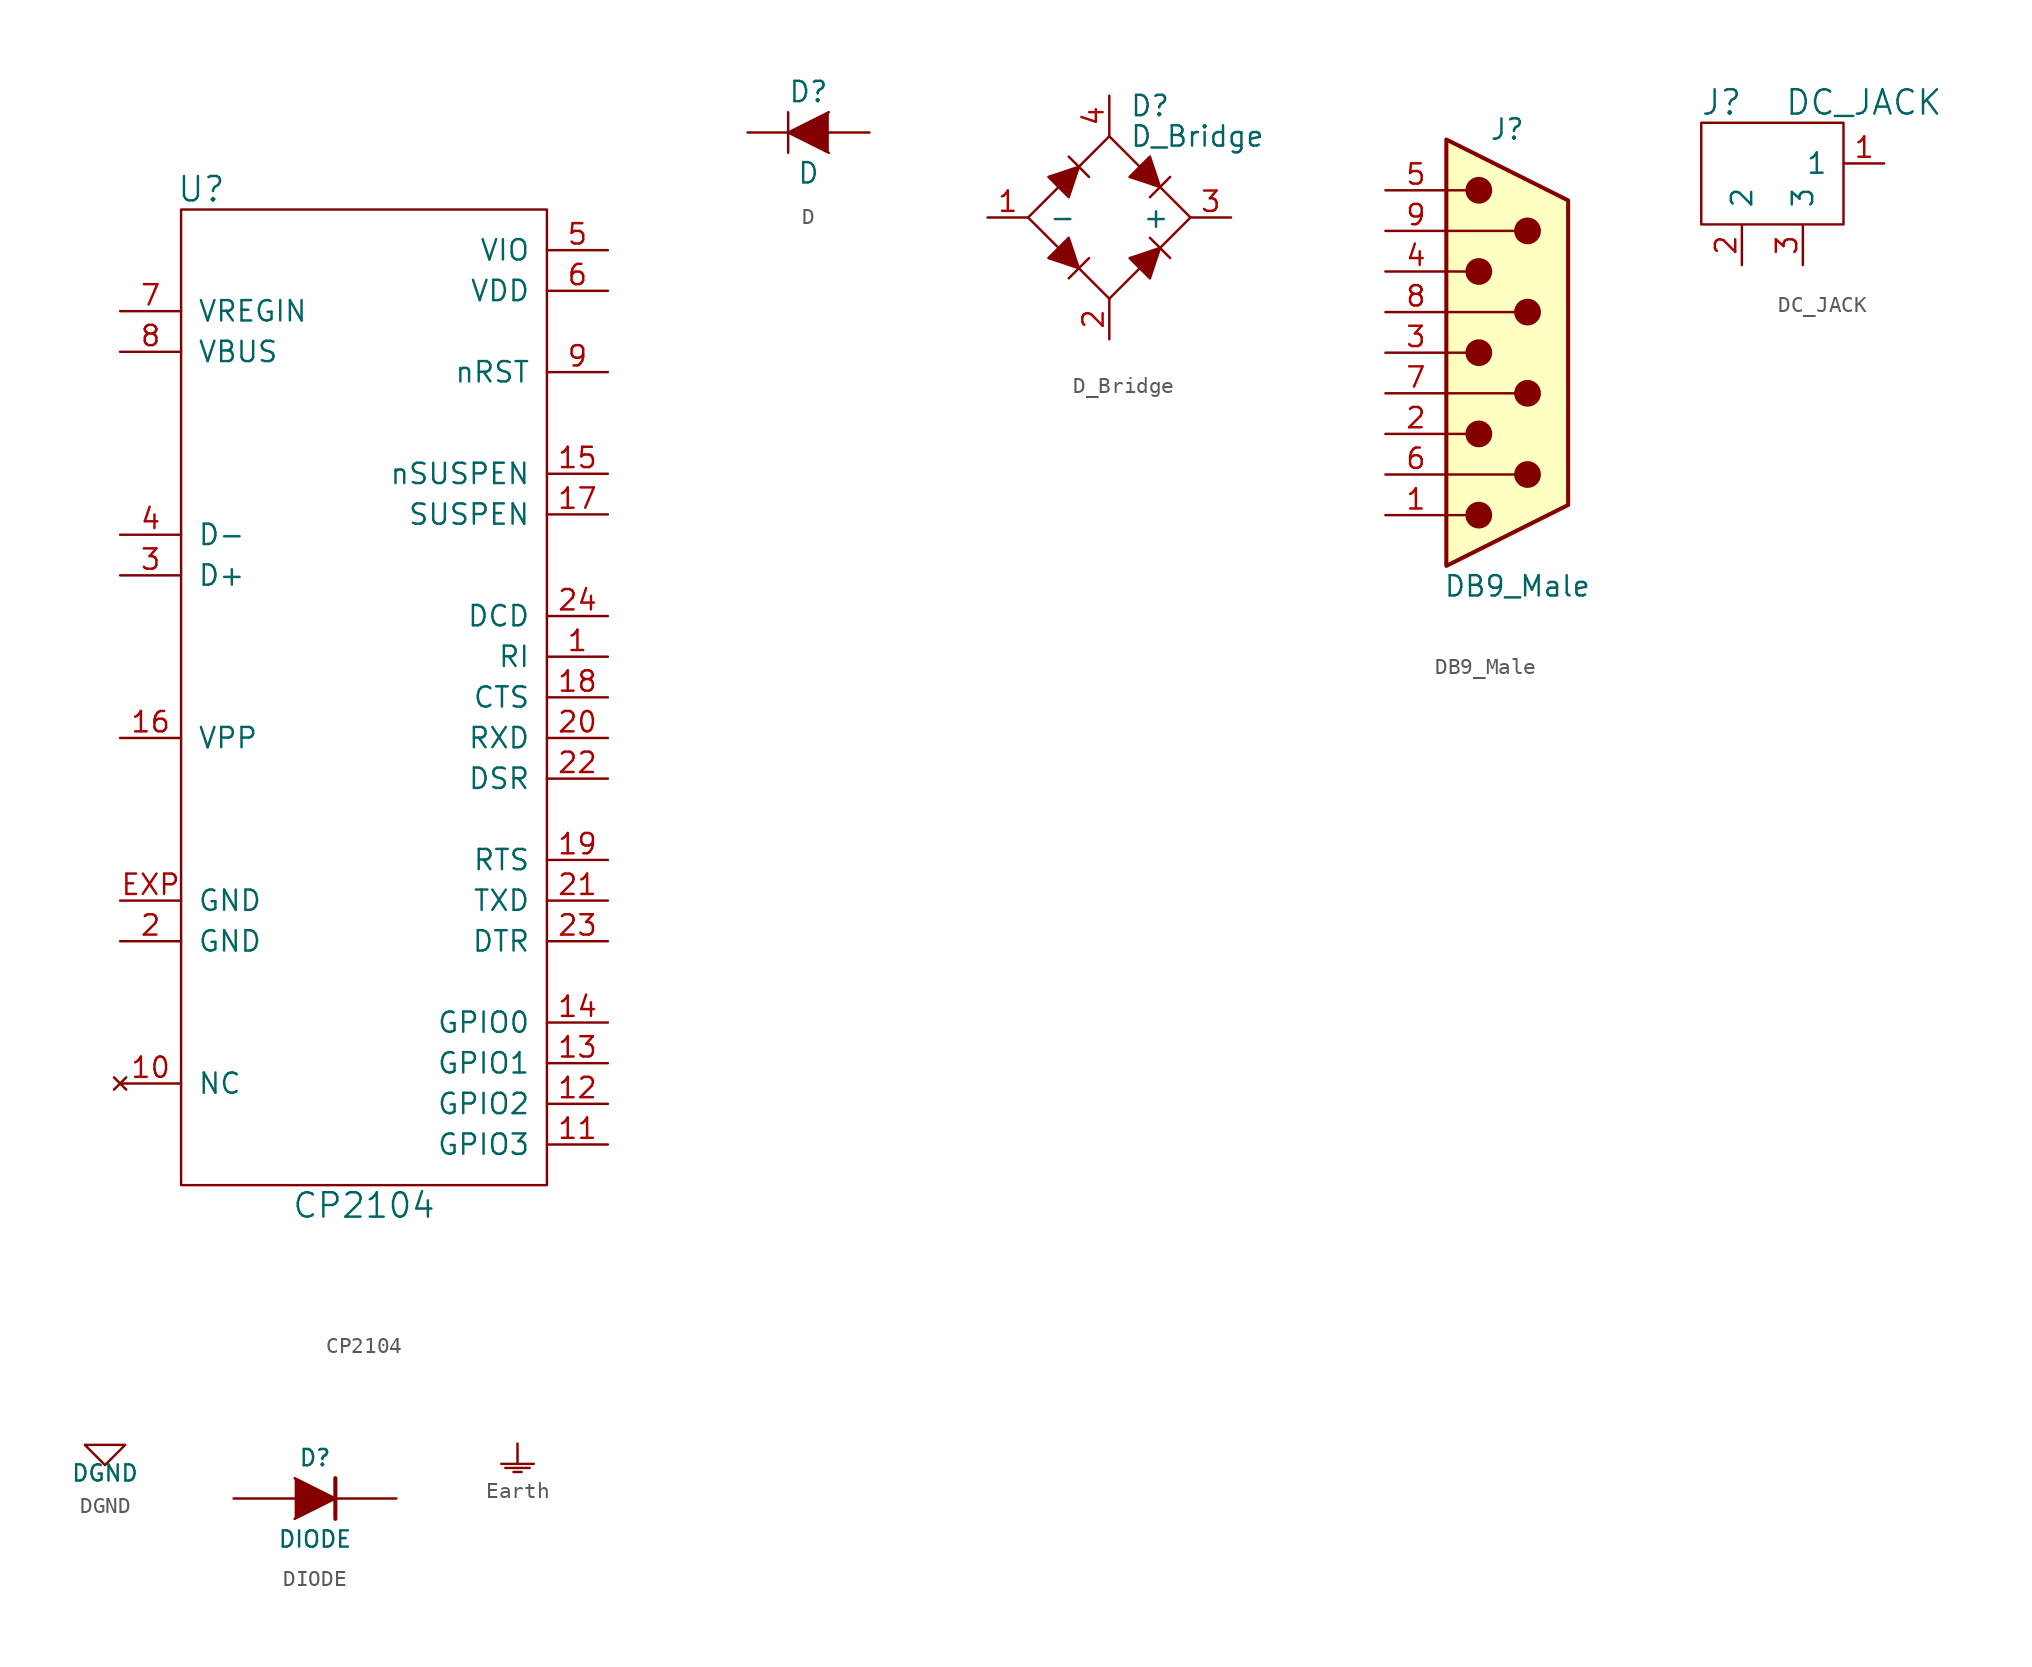
<source format=kicad_sym>
(kicad_symbol_lib
  (version 20211014)
  (generator kicad_symbol_editor)
  (symbol "CP2104"
    (pin_names
      (offset 1.016))
    (property "Reference" "U"
      (at -10.16 31.75 0)
      (effects (font (size 1.524 1.524))))
    (property "Value" "CP2104"
      (at 0 -31.75 0)
      (effects (font (size 1.524 1.524))))
    (property "Footprint" ""
      (at 0 0 0)
      (effects (font (size 1.524 1.524))))
    (property "Datasheet" ""
      (at 0 0 0)
      (effects (font (size 1.524 1.524))))
    (symbol "CP2104_0_1"
      (rectangle (start -11.43 30.48) (end 11.43 -30.48) (stroke (width 0) (type default) (color 0 0 0 0)) (fill (type none))))
    (symbol "CP2104_1_1"
      (pin passive line (at 15.24 2.54 180) (length 3.81) (name "RI" (effects (font (size 1.27 1.27)))) (number "1" (effects (font (size 1.27 1.27)))))
      (pin no_connect line (at -15.24 -24.13 0) (length 3.81) (name "NC" (effects (font (size 1.27 1.27)))) (number "10" (effects (font (size 1.27 1.27)))))
      (pin passive line (at 15.24 -27.94 180) (length 3.81) (name "GPIO3" (effects (font (size 1.27 1.27)))) (number "11" (effects (font (size 1.27 1.27)))))
      (pin passive line (at 15.24 -25.4 180) (length 3.81) (name "GPIO2" (effects (font (size 1.27 1.27)))) (number "12" (effects (font (size 1.27 1.27)))))
      (pin passive line (at 15.24 -22.86 180) (length 3.81) (name "GPIO1" (effects (font (size 1.27 1.27)))) (number "13" (effects (font (size 1.27 1.27)))))
      (pin passive line (at 15.24 -20.32 180) (length 3.81) (name "GPIO0" (effects (font (size 1.27 1.27)))) (number "14" (effects (font (size 1.27 1.27)))))
      (pin passive line (at 15.24 13.97 180) (length 3.81) (name "nSUSPEN" (effects (font (size 1.27 1.27)))) (number "15" (effects (font (size 1.27 1.27)))))
      (pin passive line (at -15.24 -2.54 0) (length 3.81) (name "VPP" (effects (font (size 1.27 1.27)))) (number "16" (effects (font (size 1.27 1.27)))))
      (pin passive line (at 15.24 11.43 180) (length 3.81) (name "SUSPEN" (effects (font (size 1.27 1.27)))) (number "17" (effects (font (size 1.27 1.27)))))
      (pin passive line (at 15.24 0 180) (length 3.81) (name "CTS" (effects (font (size 1.27 1.27)))) (number "18" (effects (font (size 1.27 1.27)))))
      (pin passive line (at 15.24 -10.16 180) (length 3.81) (name "RTS" (effects (font (size 1.27 1.27)))) (number "19" (effects (font (size 1.27 1.27)))))
      (pin passive line (at -15.24 -15.24 0) (length 3.81) (name "GND" (effects (font (size 1.27 1.27)))) (number "2" (effects (font (size 1.27 1.27)))))
      (pin passive line (at 15.24 -2.54 180) (length 3.81) (name "RXD" (effects (font (size 1.27 1.27)))) (number "20" (effects (font (size 1.27 1.27)))))
      (pin passive line (at 15.24 -12.7 180) (length 3.81) (name "TXD" (effects (font (size 1.27 1.27)))) (number "21" (effects (font (size 1.27 1.27)))))
      (pin passive line (at 15.24 -5.08 180) (length 3.81) (name "DSR" (effects (font (size 1.27 1.27)))) (number "22" (effects (font (size 1.27 1.27)))))
      (pin passive line (at 15.24 -15.24 180) (length 3.81) (name "DTR" (effects (font (size 1.27 1.27)))) (number "23" (effects (font (size 1.27 1.27)))))
      (pin passive line (at 15.24 5.08 180) (length 3.81) (name "DCD" (effects (font (size 1.27 1.27)))) (number "24" (effects (font (size 1.27 1.27)))))
      (pin passive line (at -15.24 7.62 0) (length 3.81) (name "D+" (effects (font (size 1.27 1.27)))) (number "3" (effects (font (size 1.27 1.27)))))
      (pin passive line (at -15.24 10.16 0) (length 3.81) (name "D-" (effects (font (size 1.27 1.27)))) (number "4" (effects (font (size 1.27 1.27)))))
      (pin passive line (at 15.24 27.94 180) (length 3.81) (name "VIO" (effects (font (size 1.27 1.27)))) (number "5" (effects (font (size 1.27 1.27)))))
      (pin passive line (at 15.24 25.4 180) (length 3.81) (name "VDD" (effects (font (size 1.27 1.27)))) (number "6" (effects (font (size 1.27 1.27)))))
      (pin passive line (at -15.24 24.13 0) (length 3.81) (name "VREGIN" (effects (font (size 1.27 1.27)))) (number "7" (effects (font (size 1.27 1.27)))))
      (pin passive line (at -15.24 21.59 0) (length 3.81) (name "VBUS" (effects (font (size 1.27 1.27)))) (number "8" (effects (font (size 1.27 1.27)))))
      (pin passive line (at 15.24 20.32 180) (length 3.81) (name "nRST" (effects (font (size 1.27 1.27)))) (number "9" (effects (font (size 1.27 1.27)))))
      (pin passive line (at -15.24 -12.7 0) (length 3.81) (name "GND" (effects (font (size 1.27 1.27)))) (number "EXP" (effects (font (size 1.27 1.27)))))))
  (symbol "D"
    (pin_numbers hide)
    (pin_names
      (offset 1.016) hide)
    (property "Reference" "D"
      (at 0 2.54 0)
      (effects (font (size 1.27 1.27))))
    (property "Value" "D"
      (at 0 -2.54 0)
      (effects (font (size 1.27 1.27))))
    (property "Footprint" ""
      (at 0 0 0)
      (effects (font (size 1.27 1.27))))
    (property "Datasheet" ""
      (at 0 0 0)
      (effects (font (size 1.27 1.27))))
    (symbol "D_0_1"
      (polyline (pts (xy -1.27 1.27) (xy -1.27 -1.27)) (stroke (width 0.152) (type default) (color 0 0 0 0)) (fill (type none)))
      (polyline (pts (xy 1.27 1.27) (xy -1.27 0) (xy 1.27 -1.27)) (stroke (width 0) (type default) (color 0 0 0 0)) (fill (type outline))))
    (symbol "D_1_1"
      (pin passive line (at 3.81 0 180) (length 2.54) (name "A" (effects (font (size 1.27 1.27)))) (number "1" (effects (font (size 1.27 1.27)))))
      (pin passive line (at -3.81 0 0) (length 2.54) (name "K" (effects (font (size 1.27 1.27)))) (number "2" (effects (font (size 1.27 1.27)))))))
  (symbol "D_Bridge"
    (pin_names
      (offset 1.27))
    (property "Reference" "D"
      (at 1.27 6.985 0)
      (effects (font (size 1.27 1.27)) (justify left)))
    (property "Value" "D_Bridge"
      (at 1.27 5.08 0)
      (effects (font (size 1.27 1.27)) (justify left)))
    (symbol "D_Bridge_0_1"
      (polyline (pts (xy -2.54 3.81) (xy -1.27 2.54)) (stroke (width 0) (type default) (color 0 0 0 0)) (fill (type none)))
      (polyline (pts (xy -1.27 -2.54) (xy -2.54 -3.81)) (stroke (width 0) (type default) (color 0 0 0 0)) (fill (type none)))
      (polyline (pts (xy 2.54 -1.27) (xy 3.81 -2.54)) (stroke (width 0) (type default) (color 0 0 0 0)) (fill (type none)))
      (polyline (pts (xy 2.54 1.27) (xy 3.81 2.54)) (stroke (width 0) (type default) (color 0 0 0 0)) (fill (type none)))
      (polyline (pts (xy -3.81 2.54) (xy -2.54 1.27) (xy -1.905 3.175) (xy -3.81 2.54)) (stroke (width 0) (type default) (color 0 0 0 0)) (fill (type outline)))
      (polyline (pts (xy -2.54 -1.27) (xy -3.81 -2.54) (xy -1.905 -3.175) (xy -2.54 -1.27)) (stroke (width 0) (type default) (color 0 0 0 0)) (fill (type outline)))
      (polyline (pts (xy 1.27 2.54) (xy 2.54 3.81) (xy 3.175 1.905) (xy 1.27 2.54)) (stroke (width 0) (type default) (color 0 0 0 0)) (fill (type outline)))
      (polyline (pts (xy 3.175 -1.905) (xy 1.27 -2.54) (xy 2.54 -3.81) (xy 3.175 -1.905)) (stroke (width 0) (type default) (color 0 0 0 0)) (fill (type outline)))
      (polyline (pts (xy -5.08 0) (xy 0 -5.08) (xy 5.08 0) (xy 0 5.08) (xy -5.08 0)) (stroke (width 0) (type default) (color 0 0 0 0)) (fill (type none))))
    (symbol "D_Bridge_1_1"
      (pin input line (at -7.62 0 0) (length 2.54) (name "-" (effects (font (size 1.27 1.27)))) (number "1" (effects (font (size 1.27 1.27)))))
      (pin input line (at 0 -7.62 90) (length 2.54) (name "~" (effects (font (size 1.27 1.27)))) (number "2" (effects (font (size 1.27 1.27)))))
      (pin input line (at 7.62 0 180) (length 2.54) (name "+" (effects (font (size 1.27 1.27)))) (number "3" (effects (font (size 1.27 1.27)))))
      (pin input line (at 0 7.62 270) (length 2.54) (name "~" (effects (font (size 1.27 1.27)))) (number "4" (effects (font (size 1.27 1.27)))))))
  (symbol "DB9_Male"
    (pin_names
      (offset 1.016) hide)
    (property "Reference" "J"
      (at 0 13.97 0)
      (effects (font (size 1.27 1.27))))
    (property "Value" "DB9_Male"
      (at 0.635 -14.605 0)
      (effects (font (size 1.27 1.27))))
    (symbol "DB9_Male_0_1"
      (circle (center -1.778 -10.16) (radius 0.762) (stroke (width 0) (type default) (color 0 0 0 0)) (fill (type outline)))
      (circle (center -1.778 -5.08) (radius 0.762) (stroke (width 0) (type default) (color 0 0 0 0)) (fill (type outline)))
      (circle (center -1.778 0) (radius 0.762) (stroke (width 0) (type default) (color 0 0 0 0)) (fill (type outline)))
      (circle (center -1.778 5.08) (radius 0.762) (stroke (width 0) (type default) (color 0 0 0 0)) (fill (type outline)))
      (circle (center -1.778 10.16) (radius 0.762) (stroke (width 0) (type default) (color 0 0 0 0)) (fill (type outline)))
      (polyline (pts (xy -3.81 -10.16) (xy -2.54 -10.16)) (stroke (width 0) (type default) (color 0 0 0 0)) (fill (type none)))
      (polyline (pts (xy -3.81 -7.62) (xy 0.508 -7.62)) (stroke (width 0) (type default) (color 0 0 0 0)) (fill (type none)))
      (polyline (pts (xy -3.81 -5.08) (xy -2.54 -5.08)) (stroke (width 0) (type default) (color 0 0 0 0)) (fill (type none)))
      (polyline (pts (xy -3.81 -2.54) (xy 0.508 -2.54)) (stroke (width 0) (type default) (color 0 0 0 0)) (fill (type none)))
      (polyline (pts (xy -3.81 0) (xy -2.54 0)) (stroke (width 0) (type default) (color 0 0 0 0)) (fill (type none)))
      (polyline (pts (xy -3.81 2.54) (xy 0.508 2.54)) (stroke (width 0) (type default) (color 0 0 0 0)) (fill (type none)))
      (polyline (pts (xy -3.81 5.08) (xy -2.54 5.08)) (stroke (width 0) (type default) (color 0 0 0 0)) (fill (type none)))
      (polyline (pts (xy -3.81 7.62) (xy 0.508 7.62)) (stroke (width 0) (type default) (color 0 0 0 0)) (fill (type none)))
      (polyline (pts (xy -3.81 10.16) (xy -2.54 10.16)) (stroke (width 0) (type default) (color 0 0 0 0)) (fill (type none)))
      (polyline (pts (xy -3.81 -13.335) (xy -3.81 13.335) (xy 3.81 9.525) (xy 3.81 -9.525) (xy -3.81 -13.335)) (stroke (width 0.254) (type default) (color 0 0 0 0)) (fill (type background)))
      (circle (center 1.27 -7.62) (radius 0.762) (stroke (width 0) (type default) (color 0 0 0 0)) (fill (type outline)))
      (circle (center 1.27 -2.54) (radius 0.762) (stroke (width 0) (type default) (color 0 0 0 0)) (fill (type outline)))
      (circle (center 1.27 2.54) (radius 0.762) (stroke (width 0) (type default) (color 0 0 0 0)) (fill (type outline)))
      (circle (center 1.27 7.62) (radius 0.762) (stroke (width 0) (type default) (color 0 0 0 0)) (fill (type outline))))
    (symbol "DB9_Male_1_1"
      (pin passive line (at -7.62 -10.16 0) (length 3.81) (name "1" (effects (font (size 1.27 1.27)))) (number "1" (effects (font (size 1.27 1.27)))))
      (pin passive line (at -7.62 -5.08 0) (length 3.81) (name "2" (effects (font (size 1.27 1.27)))) (number "2" (effects (font (size 1.27 1.27)))))
      (pin passive line (at -7.62 0 0) (length 3.81) (name "3" (effects (font (size 1.27 1.27)))) (number "3" (effects (font (size 1.27 1.27)))))
      (pin passive line (at -7.62 5.08 0) (length 3.81) (name "4" (effects (font (size 1.27 1.27)))) (number "4" (effects (font (size 1.27 1.27)))))
      (pin passive line (at -7.62 10.16 0) (length 3.81) (name "5" (effects (font (size 1.27 1.27)))) (number "5" (effects (font (size 1.27 1.27)))))
      (pin passive line (at -7.62 -7.62 0) (length 3.81) (name "6" (effects (font (size 1.27 1.27)))) (number "6" (effects (font (size 1.27 1.27)))))
      (pin passive line (at -7.62 -2.54 0) (length 3.81) (name "7" (effects (font (size 1.27 1.27)))) (number "7" (effects (font (size 1.27 1.27)))))
      (pin passive line (at -7.62 2.54 0) (length 3.81) (name "8" (effects (font (size 1.27 1.27)))) (number "8" (effects (font (size 1.27 1.27)))))
      (pin passive line (at -7.62 7.62 0) (length 3.81) (name "9" (effects (font (size 1.27 1.27)))) (number "9" (effects (font (size 1.27 1.27)))))))
  (symbol "DC_JACK"
    (pin_names
      (offset 1.016))
    (property "Reference" "J"
      (at -2.54 5.08 0)
      (effects (font (size 1.524 1.524))))
    (property "Value" "DC_JACK"
      (at 6.35 5.08 0)
      (effects (font (size 1.524 1.524))))
    (property "Footprint" ""
      (at 0 0 0)
      (effects (font (size 1.524 1.524))))
    (property "Datasheet" ""
      (at 0 0 0)
      (effects (font (size 1.524 1.524))))
    (symbol "DC_JACK_0_1"
      (rectangle (start -3.81 3.81) (end 5.08 -2.54) (stroke (width 0) (type default) (color 0 0 0 0)) (fill (type none))))
    (symbol "DC_JACK_1_1"
      (pin power_in line (at 7.62 1.27 180) (length 2.489) (name "1" (effects (font (size 1.27 1.27)))) (number "1" (effects (font (size 1.27 1.27)))))
      (pin power_out line (at -1.27 -5.08 90) (length 2.489) (name "2" (effects (font (size 1.27 1.27)))) (number "2" (effects (font (size 1.27 1.27)))))
      (pin power_out line (at 2.54 -5.08 90) (length 2.489) (name "3" (effects (font (size 1.27 1.27)))) (number "3" (effects (font (size 1.27 1.27)))))))
  (symbol "DGND"
    (power)
    (pin_names
      (offset 1.016))
    (property "Reference" "#PWR"
      (at 0 0 0)
      (effects (font (size 1.016 1.016)) hide))
    (property "Value" "DGND"
      (at 0 -1.778 0)
      (effects (font (size 1.016 1.016))))
    (property "Footprint" ""
      (at 0 0 0)
      (effects (font (size 1.524 1.524))))
    (property "Datasheet" ""
      (at 0 0 0)
      (effects (font (size 1.524 1.524))))
    (symbol "DGND_0_1"
      (polyline (pts (xy -1.27 0) (xy 0 -1.27) (xy 1.27 0) (xy -1.27 0)) (stroke (width 0) (type default) (color 0 0 0 0)) (fill (type none))))
    (symbol "DGND_1_1"
      (pin power_in line (at 0 0 90) (length 0) hide (name "DGND" (effects (font (size 1.016 1.016)))) (number "1" (effects (font (size 1.016 1.016)))))))
  (symbol "DIODE"
    (pin_numbers hide)
    (pin_names
      (offset 1.016) hide)
    (property "Reference" "D"
      (at 0 2.54 0)
      (effects (font (size 1.016 1.016))))
    (property "Value" "DIODE"
      (at 0 -2.54 0)
      (effects (font (size 1.016 1.016))))
    (property "Footprint" ""
      (at 0 0 0)
      (effects (font (size 1.524 1.524))))
    (property "Datasheet" ""
      (at 0 0 0)
      (effects (font (size 1.524 1.524))))
    (symbol "DIODE_0_1"
      (polyline (pts (xy 1.27 1.27) (xy 1.27 -1.27)) (stroke (width 0.254) (type default) (color 0 0 0 0)) (fill (type none)))
      (polyline (pts (xy -1.27 1.27) (xy 1.27 0) (xy -1.27 -1.27)) (stroke (width 0) (type default) (color 0 0 0 0)) (fill (type outline))))
    (symbol "DIODE_1_1"
      (pin passive line (at -5.08 0 0) (length 3.81) (name "A" (effects (font (size 1.016 1.016)))) (number "1" (effects (font (size 1.016 1.016)))))
      (pin passive line (at 5.08 0 180) (length 3.81) (name "K" (effects (font (size 1.016 1.016)))) (number "2" (effects (font (size 1.016 1.016)))))))
  (symbol "Earth"
    (power)
    (pin_names
      (offset 0))
    (property "Reference" "#PWR"
      (at 0 0 0)
      (effects (font (size 0.762 0.762)) hide))
    (property "Footprint" ""
      (at 0 0 0)
      (effects (font (size 1.524 1.524))))
    (property "Datasheet" ""
      (at 0 0 0)
      (effects (font (size 1.524 1.524))))
    (symbol "Earth_0_1"
      (polyline (pts (xy -1.016 -1.27) (xy 1.016 -1.27)) (stroke (width 0) (type default) (color 0 0 0 0)) (fill (type none)))
      (polyline (pts (xy -0.762 -1.524) (xy 0.762 -1.524)) (stroke (width 0) (type default) (color 0 0 0 0)) (fill (type none)))
      (polyline (pts (xy -0.254 -1.778) (xy 0.254 -1.778)) (stroke (width 0) (type default) (color 0 0 0 0)) (fill (type none)))
      (polyline (pts (xy 0 0) (xy 0 -1.27)) (stroke (width 0) (type default) (color 0 0 0 0)) (fill (type none))))
    (symbol "Earth_1_1"
      (pin power_in line (at 0 0 90) (length 0) hide (name "Earth" (effects (font (size 0.762 0.762)))) (number "1" (effects (font (size 0.762 0.762))))))))
</source>
